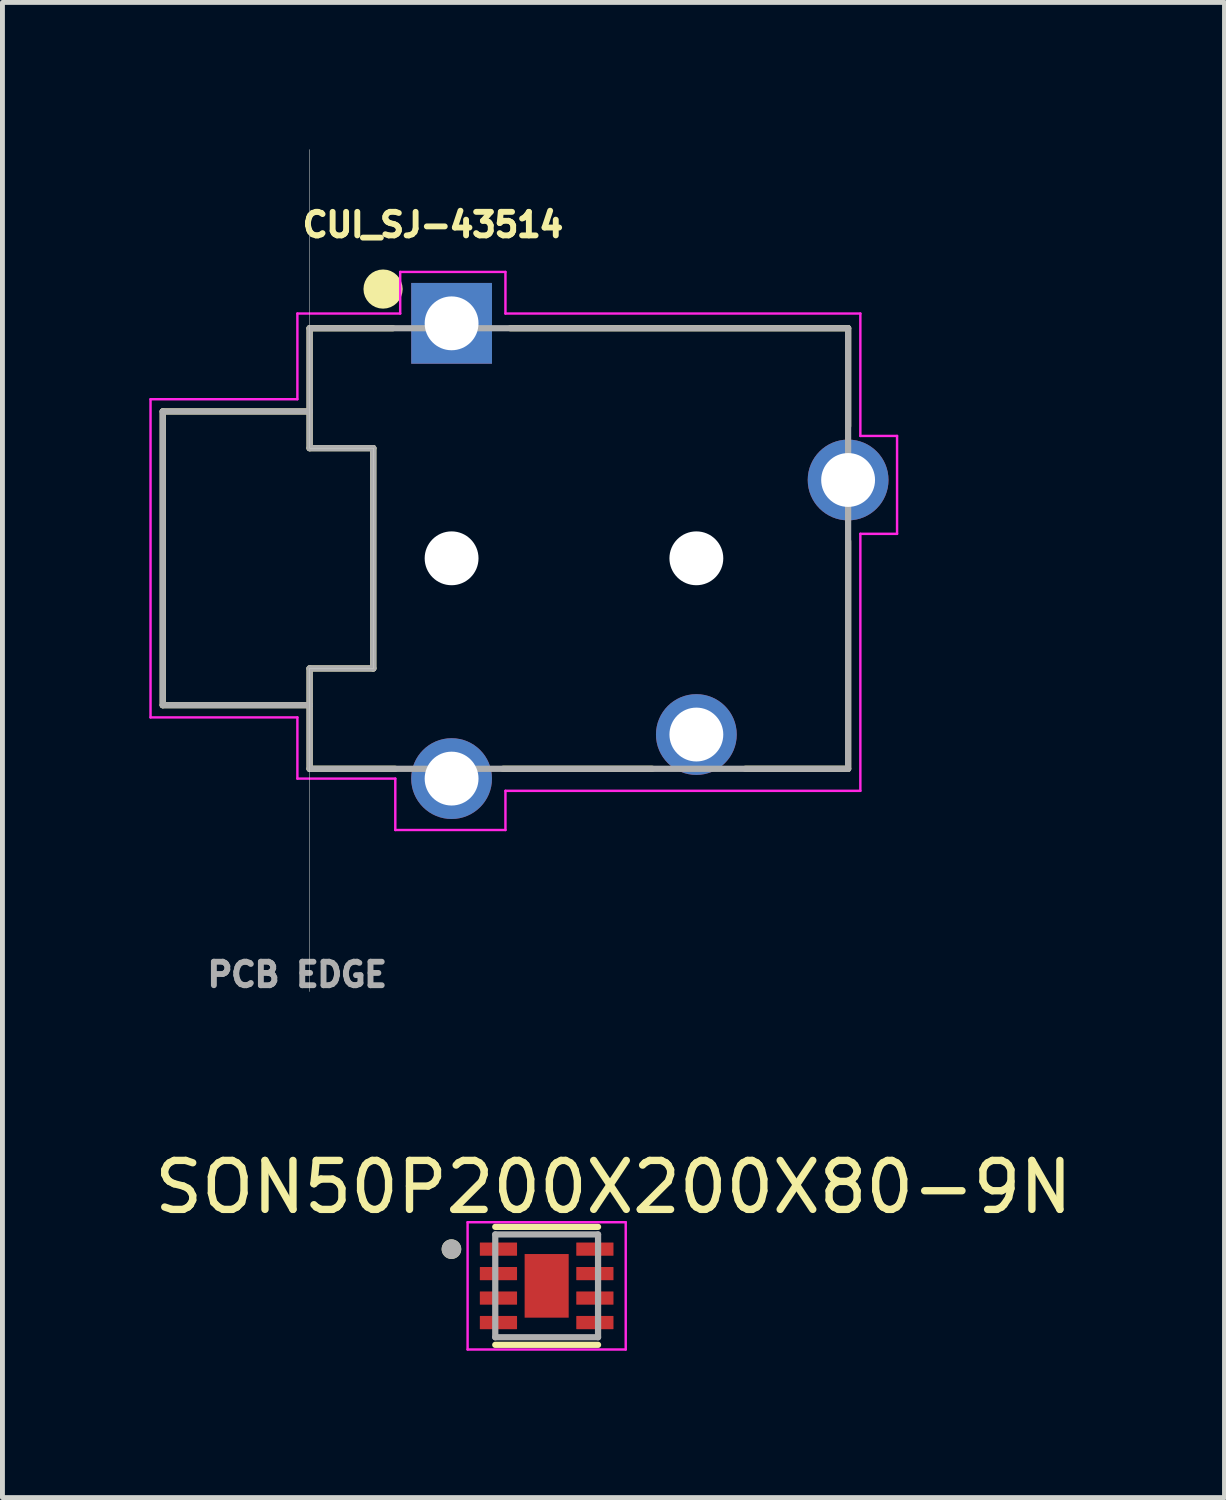
<source format=kicad_pcb>
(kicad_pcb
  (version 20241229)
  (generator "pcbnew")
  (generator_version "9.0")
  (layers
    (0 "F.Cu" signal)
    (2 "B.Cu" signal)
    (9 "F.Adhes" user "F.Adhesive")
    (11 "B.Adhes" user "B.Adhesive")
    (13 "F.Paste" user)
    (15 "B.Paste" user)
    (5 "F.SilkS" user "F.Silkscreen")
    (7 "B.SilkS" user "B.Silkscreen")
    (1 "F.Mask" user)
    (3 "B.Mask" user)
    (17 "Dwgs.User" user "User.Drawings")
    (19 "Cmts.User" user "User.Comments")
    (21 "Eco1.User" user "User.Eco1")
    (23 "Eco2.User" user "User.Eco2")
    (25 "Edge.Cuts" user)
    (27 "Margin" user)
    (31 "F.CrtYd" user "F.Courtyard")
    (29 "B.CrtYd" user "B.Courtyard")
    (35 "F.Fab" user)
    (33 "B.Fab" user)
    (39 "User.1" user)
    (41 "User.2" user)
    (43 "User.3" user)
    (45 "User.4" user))
  (footprint "SON50P200X200X80-9N"
    (layer "F.Cu")
    (at 8.117 23.217)
    (property "Reference" "SON50P200X200X80-9N" (at 1.365 -2.017 0) (layer "F.SilkS") (effects (font (size 1 1) (thickness 0.15))))
    (attr through_hole)
    (fp_line (start -1.05 -1.205) (end 1.05 -1.205) (stroke (width 0.127) (type solid)) (layer "F.SilkS"))
    (fp_line (start -1.05 1.205) (end 1.05 1.205) (stroke (width 0.127) (type solid)) (layer "F.SilkS"))
    (fp_circle (center -1.945 -0.75) (end -1.845 -0.75) (stroke (width 0.2) (type solid)) (fill no) (layer "F.SilkS"))
    (fp_poly (pts (xy -0.28 -0.41) (xy 0.28 -0.41) (xy 0.28 0.41) (xy -0.28 0.41)) (stroke (width 0.01) (type solid)) (fill yes) (layer "F.Paste"))
    (fp_line (start -1.615 -1.3) (end -1.615 1.3) (stroke (width 0.05) (type solid)) (layer "F.CrtYd"))
    (fp_line (start -1.615 -1.3) (end 1.615 -1.3) (stroke (width 0.05) (type solid)) (layer "F.CrtYd"))
    (fp_line (start -1.615 1.3) (end 1.615 1.3) (stroke (width 0.05) (type solid)) (layer "F.CrtYd"))
    (fp_line (start 1.615 -1.3) (end 1.615 1.3) (stroke (width 0.05) (type solid)) (layer "F.CrtYd"))
    (fp_line (start -1.05 -1.05) (end -1.05 1.05) (stroke (width 0.127) (type solid)) (layer "F.Fab"))
    (fp_line (start -1.05 -1.05) (end 1.05 -1.05) (stroke (width 0.127) (type solid)) (layer "F.Fab"))
    (fp_line (start -1.05 1.05) (end 1.05 1.05) (stroke (width 0.127) (type solid)) (layer "F.Fab"))
    (fp_line (start 1.05 -1.05) (end 1.05 1.05) (stroke (width 0.127) (type solid)) (layer "F.Fab"))
    (fp_circle (center -1.945 -0.75) (end -1.845 -0.75) (stroke (width 0.2) (type solid)) (fill no) (layer "F.Fab"))
    (pad "1" smd roundrect (at -0.985 -0.75) (size 0.76 0.27) (layers "F.Cu" "F.Mask" "F.Paste") (roundrect_rratio 0.03))
    (pad "2" smd roundrect (at -0.985 -0.25) (size 0.76 0.27) (layers "F.Cu" "F.Mask" "F.Paste") (roundrect_rratio 0.03))
    (pad "3" smd roundrect (at -0.985 0.25) (size 0.76 0.27) (layers "F.Cu" "F.Mask" "F.Paste") (roundrect_rratio 0.03))
    (pad "4" smd roundrect (at -0.985 0.75) (size 0.76 0.27) (layers "F.Cu" "F.Mask" "F.Paste") (roundrect_rratio 0.03))
    (pad "5" smd roundrect (at 0.985 0.75) (size 0.76 0.27) (layers "F.Cu" "F.Mask" "F.Paste") (roundrect_rratio 0.03))
    (pad "6" smd roundrect (at 0.985 0.25) (size 0.76 0.27) (layers "F.Cu" "F.Mask" "F.Paste") (roundrect_rratio 0.03))
    (pad "7" smd roundrect (at 0.985 -0.25) (size 0.76 0.27) (layers "F.Cu" "F.Mask" "F.Paste") (roundrect_rratio 0.03))
    (pad "8" smd roundrect (at 0.985 -0.75) (size 0.76 0.27) (layers "F.Cu" "F.Mask" "F.Paste") (roundrect_rratio 0.03))
    (pad "9" smd rect (at 0 0) (size 0.9 1.3) (layers "F.Cu" "F.Mask")))
  (footprint "CUI_SJ-43514"
    (layer "F.Cu")
    (at 8.775 8.355)
    (property "Reference" "CUI_SJ-43514" (at -2.98 -6.813 0) (layer "F.SilkS") (effects (font (size 0.481 0.481) (thickness 0.15))))
    (attr through_hole)
    (fp_line (start -8.5 -3) (end -5.5 -3) (stroke (width 0.127) (type solid)) (layer "F.SilkS"))
    (fp_line (start -8.5 3) (end -8.5 -3) (stroke (width 0.127) (type solid)) (layer "F.SilkS"))
    (fp_line (start -5.5 -4.7) (end -5.5 -3) (stroke (width 0.127) (type solid)) (layer "F.SilkS"))
    (fp_line (start -5.5 -3) (end -5.5 -2.25) (stroke (width 0.127) (type solid)) (layer "F.SilkS"))
    (fp_line (start -5.5 -2.25) (end -4.2 -2.25) (stroke (width 0.127) (type solid)) (layer "F.SilkS"))
    (fp_line (start -5.5 2.25) (end -5.5 3) (stroke (width 0.127) (type solid)) (layer "F.SilkS"))
    (fp_line (start -5.5 3) (end -8.5 3) (stroke (width 0.127) (type solid)) (layer "F.SilkS"))
    (fp_line (start -5.5 3) (end -5.5 4.3) (stroke (width 0.127) (type solid)) (layer "F.SilkS"))
    (fp_line (start -5.5 4.3) (end -3.75 4.3) (stroke (width 0.127) (type solid)) (layer "F.SilkS"))
    (fp_line (start -4.2 -2.25) (end -4.2 2.25) (stroke (width 0.127) (type solid)) (layer "F.SilkS"))
    (fp_line (start -4.2 2.25) (end -5.5 2.25) (stroke (width 0.127) (type solid)) (layer "F.SilkS"))
    (fp_line (start -3.8 -4.7) (end -5.5 -4.7) (stroke (width 0.127) (type solid)) (layer "F.SilkS"))
    (fp_line (start -1.4 -4.7) (end 5.5 -4.7) (stroke (width 0.127) (type solid)) (layer "F.SilkS"))
    (fp_line (start 1.5 4.3) (end -1.55 4.3) (stroke (width 0.127) (type solid)) (layer "F.SilkS"))
    (fp_line (start 5.5 -4.7) (end 5.5 -2.7) (stroke (width 0.127) (type solid)) (layer "F.SilkS"))
    (fp_line (start 5.5 -0.35) (end 5.5 4.3) (stroke (width 0.127) (type solid)) (layer "F.SilkS"))
    (fp_line (start 5.5 4.3) (end 3.4 4.3) (stroke (width 0.127) (type solid)) (layer "F.SilkS"))
    (fp_circle (center -4 -5.5) (end -3.8 -5.5) (stroke (width 0.4) (type solid)) (fill no) (layer "F.SilkS"))
    (fp_line (start -5.5 -8.35) (end -5.5 -2.25) (stroke (width 0.01) (type solid)) (layer "Edge.Cuts"))
    (fp_line (start -5.5 -2.25) (end -4.2 -2.25) (stroke (width 0.01) (type solid)) (layer "Edge.Cuts"))
    (fp_line (start -5.5 2.25) (end -5.5 8.85) (stroke (width 0.01) (type solid)) (layer "Edge.Cuts"))
    (fp_line (start -4.2 -2.25) (end -4.2 2.25) (stroke (width 0.01) (type solid)) (layer "Edge.Cuts"))
    (fp_line (start -4.2 2.25) (end -5.5 2.25) (stroke (width 0.01) (type solid)) (layer "Edge.Cuts"))
    (fp_line (start -8.75 -3.25) (end -5.75 -3.25) (stroke (width 0.05) (type solid)) (layer "F.CrtYd"))
    (fp_line (start -8.75 3.25) (end -8.75 -3.25) (stroke (width 0.05) (type solid)) (layer "F.CrtYd"))
    (fp_line (start -5.75 -5) (end -3.65 -5) (stroke (width 0.05) (type solid)) (layer "F.CrtYd"))
    (fp_line (start -5.75 -3.25) (end -5.75 -5) (stroke (width 0.05) (type solid)) (layer "F.CrtYd"))
    (fp_line (start -5.75 3.25) (end -8.75 3.25) (stroke (width 0.05) (type solid)) (layer "F.CrtYd"))
    (fp_line (start -5.75 4.5) (end -5.75 3.25) (stroke (width 0.05) (type solid)) (layer "F.CrtYd"))
    (fp_line (start -3.75 4.5) (end -5.75 4.5) (stroke (width 0.05) (type solid)) (layer "F.CrtYd"))
    (fp_line (start -3.75 5.55) (end -3.75 4.5) (stroke (width 0.05) (type solid)) (layer "F.CrtYd"))
    (fp_line (start -3.65 -5.85) (end -1.5 -5.85) (stroke (width 0.05) (type solid)) (layer "F.CrtYd"))
    (fp_line (start -3.65 -5) (end -3.65 -5.85) (stroke (width 0.05) (type solid)) (layer "F.CrtYd"))
    (fp_line (start -1.5 -5.85) (end -1.5 -5) (stroke (width 0.05) (type solid)) (layer "F.CrtYd"))
    (fp_line (start -1.5 -5) (end 5.75 -5) (stroke (width 0.05) (type solid)) (layer "F.CrtYd"))
    (fp_line (start -1.5 4.75) (end -1.5 5.55) (stroke (width 0.05) (type solid)) (layer "F.CrtYd"))
    (fp_line (start -1.5 5.55) (end -3.75 5.55) (stroke (width 0.05) (type solid)) (layer "F.CrtYd"))
    (fp_line (start 5.75 -5) (end 5.75 -2.5) (stroke (width 0.05) (type solid)) (layer "F.CrtYd"))
    (fp_line (start 5.75 -2.5) (end 6.5 -2.5) (stroke (width 0.05) (type solid)) (layer "F.CrtYd"))
    (fp_line (start 5.75 -0.5) (end 5.75 4.75) (stroke (width 0.05) (type solid)) (layer "F.CrtYd"))
    (fp_line (start 5.75 4.75) (end -1.5 4.75) (stroke (width 0.05) (type solid)) (layer "F.CrtYd"))
    (fp_line (start 6.5 -2.5) (end 6.5 -0.5) (stroke (width 0.05) (type solid)) (layer "F.CrtYd"))
    (fp_line (start 6.5 -0.5) (end 5.75 -0.5) (stroke (width 0.05) (type solid)) (layer "F.CrtYd"))
    (fp_line (start -8.5 -3) (end -8.5 3) (stroke (width 0.127) (type solid)) (layer "F.Fab"))
    (fp_line (start -8.5 3) (end -5.5 3) (stroke (width 0.127) (type solid)) (layer "F.Fab"))
    (fp_line (start -5.5 -4.7) (end -5.5 -3) (stroke (width 0.127) (type solid)) (layer "F.Fab"))
    (fp_line (start -5.5 -4.7) (end 5.5 -4.7) (stroke (width 0.127) (type solid)) (layer "F.Fab"))
    (fp_line (start -5.5 -3) (end -8.5 -3) (stroke (width 0.127) (type solid)) (layer "F.Fab"))
    (fp_line (start -5.5 -3) (end -5.5 -2.25) (stroke (width 0.127) (type solid)) (layer "F.Fab"))
    (fp_line (start -5.5 -2.25) (end -4.2 -2.25) (stroke (width 0.127) (type solid)) (layer "F.Fab"))
    (fp_line (start -5.5 2.25) (end -5.5 3) (stroke (width 0.127) (type solid)) (layer "F.Fab"))
    (fp_line (start -5.5 3) (end -5.5 4.3) (stroke (width 0.127) (type solid)) (layer "F.Fab"))
    (fp_line (start -5.5 4.3) (end 5.5 4.3) (stroke (width 0.127) (type solid)) (layer "F.Fab"))
    (fp_line (start -4.2 -2.25) (end -4.2 2.25) (stroke (width 0.127) (type solid)) (layer "F.Fab"))
    (fp_line (start -4.2 2.25) (end -5.5 2.25) (stroke (width 0.127) (type solid)) (layer "F.Fab"))
    (fp_line (start 5.5 -4.7) (end 5.5 4.3) (stroke (width 0.127) (type solid)) (layer "F.Fab"))
    (fp_text user "PCB EDGE" (at -5.753 8.505 0) (layer "F.Fab") (effects (font (size 0.48 0.48) (thickness 0.15))))
    (pad "" np_thru_hole circle (at -2.6 0) (size 1.1 1.1) (drill 1.1) (layers "*.Cu" "*.Mask"))
    (pad "" np_thru_hole circle (at 2.4 0) (size 1.1 1.1) (drill 1.1) (layers "*.Cu" "*.Mask"))
    (pad "1" thru_hole rect (at -2.6 -4.8) (size 1.65 1.65) (drill 1.1) (layers "*.Cu" "*.Mask"))
    (pad "2" thru_hole circle (at 2.4 3.6) (size 1.65 1.65) (drill 1.1) (layers "*.Cu" "*.Mask"))
    (pad "3" thru_hole circle (at 5.5 -1.6) (size 1.65 1.65) (drill 1.1) (layers "*.Cu" "*.Mask"))
    (pad "4" thru_hole circle (at -2.6 4.5) (size 1.65 1.65) (drill 1.1) (layers "*.Cu" "*.Mask")))
  (gr_rect
    (start -3 -3)
    (end 21.964 27.542)
    (stroke (width 0.1) (type default))
    (fill no)
    (layer "Edge.Cuts")))
</source>
